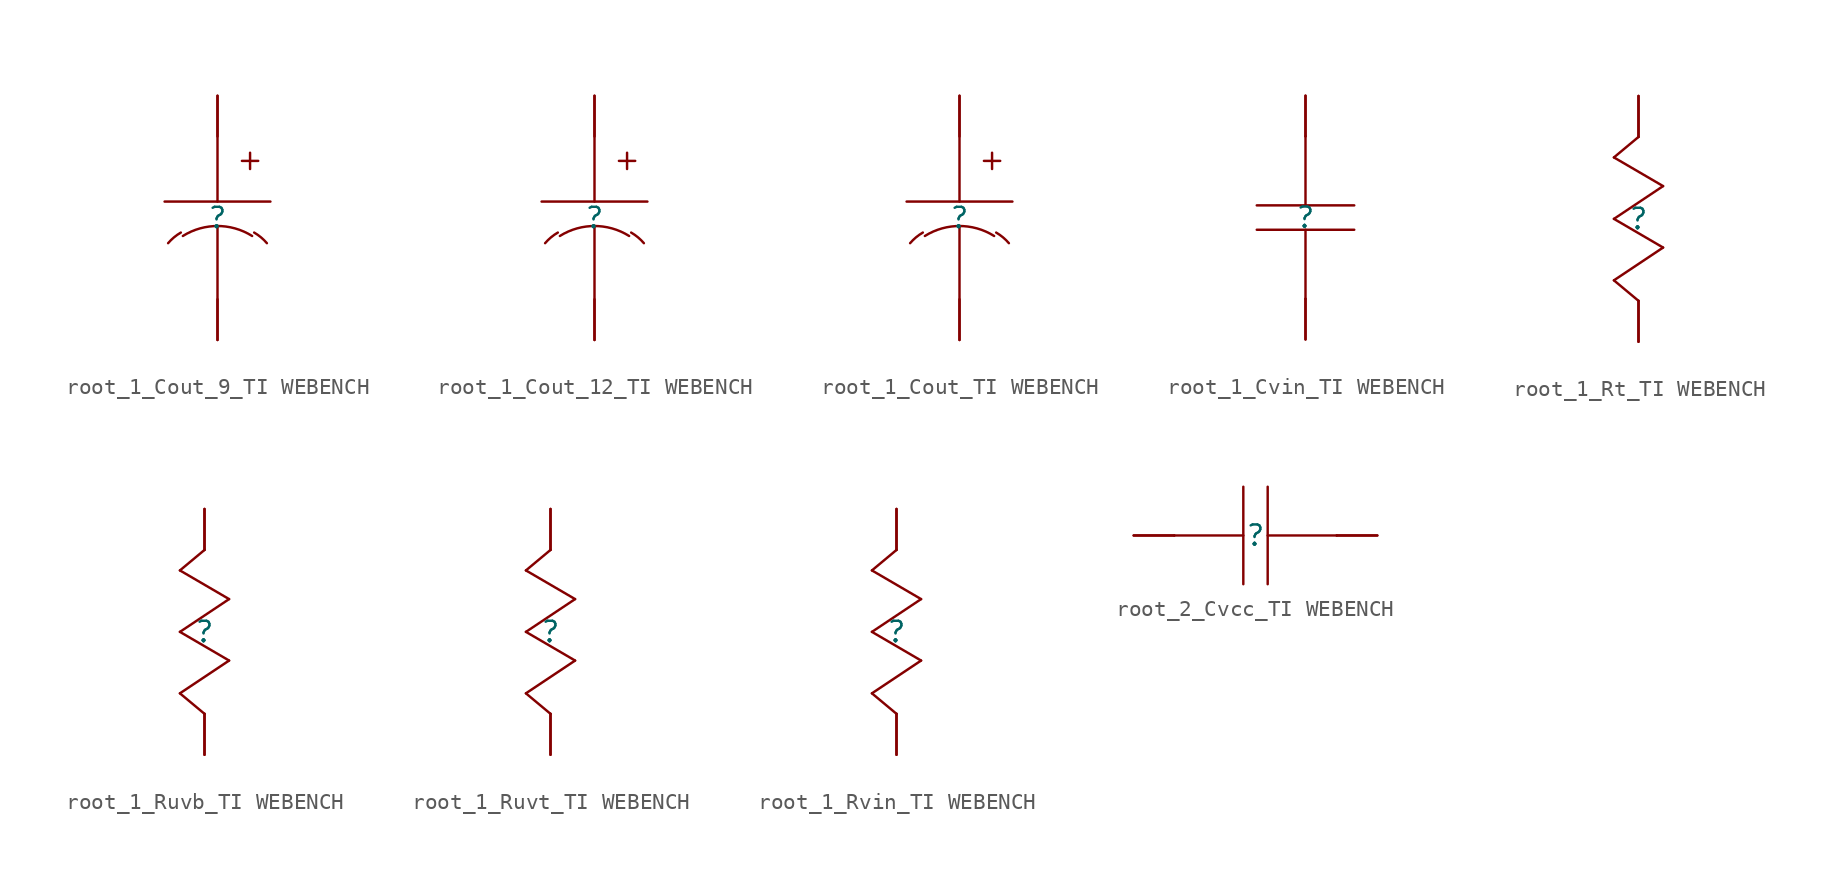
<source format=kicad_sym>
(kicad_symbol_lib
  (version 20241209)
  (generator "kicad_symbol_editor")
  (generator_version "9.0")
  (symbol "root_1_Cout_9_TI WEBENCH"
    (pin_numbers
      (hide yes))
    (pin_names
      (hide yes))
    (property "Reference" ""
      (at 0 0 0)
      (effects (font (size 1.27 1.27))))
    (property "Value" ""
      (at 0 0 0)
      (effects (font (size 1.27 1.27))))
    (symbol "root_1_Cout_9_TI WEBENCH_1_0"
      (arc (start -3.0825 -1.5797) (mid -2.7133 -1.2144) (end -2.2874 -0.9172) (stroke (width 0) (type solid)) (fill (type none)))
      (polyline (pts (xy 0 1.016) (xy 0 7.62)) (stroke (width 0) (type solid)) (fill (type none)))
      (arc (start -2.1608 -1.1301) (mid -1.0877 -0.6563) (end 0.076 -0.5087) (stroke (width 0) (type solid)) (fill (type none)))
      (arc (start -0.076 -0.5087) (mid 1.0877 -0.6563) (end 2.1608 -1.1301) (stroke (width 0) (type solid)) (fill (type none)))
      (polyline (pts (xy 0 -7.62) (xy 0 -0.508)) (stroke (width 0) (type solid)) (fill (type none)))
      (arc (start 2.2874 -0.9172) (mid 2.7133 -1.2145) (end 3.0825 -1.5797) (stroke (width 0) (type solid)) (fill (type none)))
      (polyline (pts (xy 2.032 3.048) (xy 2.032 4.064)) (stroke (width 0) (type solid)) (fill (type none)))
      (polyline (pts (xy 2.54 3.556) (xy 1.524 3.556)) (stroke (width 0) (type solid)) (fill (type none)))
      (polyline (pts (xy 3.302 1.016) (xy -3.302 1.016)) (stroke (width 0) (type solid)) (fill (type none)))
      (pin passive line (at 0 7.62 270) (length 2.54) (name "+" (effects (font (size 1.27 1.27)))) (number "1" (effects (font (size 1.27 1.27)))))
      (pin passive line (at 0 -7.62 90) (length 2.54) (name "-" (effects (font (size 1.27 1.27)))) (number "2" (effects (font (size 1.27 1.27)))))))
  (symbol "root_1_Cout_12_TI WEBENCH"
    (pin_numbers
      (hide yes))
    (pin_names
      (hide yes))
    (property "Reference" ""
      (at 0 0 0)
      (effects (font (size 1.27 1.27))))
    (property "Value" ""
      (at 0 0 0)
      (effects (font (size 1.27 1.27))))
    (symbol "root_1_Cout_12_TI WEBENCH_1_0"
      (arc (start -3.0825 -1.5797) (mid -2.7133 -1.2144) (end -2.2874 -0.9172) (stroke (width 0) (type solid)) (fill (type none)))
      (polyline (pts (xy 0 1.016) (xy 0 7.62)) (stroke (width 0) (type solid)) (fill (type none)))
      (arc (start -2.1608 -1.1301) (mid -1.0877 -0.6563) (end 0.076 -0.5087) (stroke (width 0) (type solid)) (fill (type none)))
      (arc (start -0.076 -0.5087) (mid 1.0877 -0.6563) (end 2.1608 -1.1301) (stroke (width 0) (type solid)) (fill (type none)))
      (polyline (pts (xy 0 -7.62) (xy 0 -0.508)) (stroke (width 0) (type solid)) (fill (type none)))
      (arc (start 2.2874 -0.9172) (mid 2.7133 -1.2145) (end 3.0825 -1.5797) (stroke (width 0) (type solid)) (fill (type none)))
      (polyline (pts (xy 2.032 3.048) (xy 2.032 4.064)) (stroke (width 0) (type solid)) (fill (type none)))
      (polyline (pts (xy 2.54 3.556) (xy 1.524 3.556)) (stroke (width 0) (type solid)) (fill (type none)))
      (polyline (pts (xy 3.302 1.016) (xy -3.302 1.016)) (stroke (width 0) (type solid)) (fill (type none)))
      (pin passive line (at 0 7.62 270) (length 2.54) (name "+" (effects (font (size 1.27 1.27)))) (number "1" (effects (font (size 1.27 1.27)))))
      (pin passive line (at 0 -7.62 90) (length 2.54) (name "-" (effects (font (size 1.27 1.27)))) (number "2" (effects (font (size 1.27 1.27)))))))
  (symbol "root_1_Cout_TI WEBENCH"
    (pin_numbers
      (hide yes))
    (pin_names
      (hide yes))
    (property "Reference" ""
      (at 0 0 0)
      (effects (font (size 1.27 1.27))))
    (property "Value" ""
      (at 0 0 0)
      (effects (font (size 1.27 1.27))))
    (symbol "root_1_Cout_TI WEBENCH_1_0"
      (arc (start -3.0825 -1.5797) (mid -2.7133 -1.2144) (end -2.2874 -0.9172) (stroke (width 0) (type solid)) (fill (type none)))
      (polyline (pts (xy 0 1.016) (xy 0 7.62)) (stroke (width 0) (type solid)) (fill (type none)))
      (arc (start -2.1608 -1.1301) (mid -1.0877 -0.6563) (end 0.076 -0.5087) (stroke (width 0) (type solid)) (fill (type none)))
      (arc (start -0.076 -0.5087) (mid 1.0877 -0.6563) (end 2.1608 -1.1301) (stroke (width 0) (type solid)) (fill (type none)))
      (polyline (pts (xy 0 -7.62) (xy 0 -0.508)) (stroke (width 0) (type solid)) (fill (type none)))
      (arc (start 2.2874 -0.9172) (mid 2.7133 -1.2145) (end 3.0825 -1.5797) (stroke (width 0) (type solid)) (fill (type none)))
      (polyline (pts (xy 2.032 3.048) (xy 2.032 4.064)) (stroke (width 0) (type solid)) (fill (type none)))
      (polyline (pts (xy 2.54 3.556) (xy 1.524 3.556)) (stroke (width 0) (type solid)) (fill (type none)))
      (polyline (pts (xy 3.302 1.016) (xy -3.302 1.016)) (stroke (width 0) (type solid)) (fill (type none)))
      (pin passive line (at 0 7.62 270) (length 2.54) (name "+" (effects (font (size 1.27 1.27)))) (number "1" (effects (font (size 1.27 1.27)))))
      (pin passive line (at 0 -7.62 90) (length 2.54) (name "-" (effects (font (size 1.27 1.27)))) (number "2" (effects (font (size 1.27 1.27)))))))
  (symbol "root_1_Cvin_TI WEBENCH"
    (pin_numbers
      (hide yes))
    (pin_names
      (hide yes))
    (property "Reference" ""
      (at 0 0 0)
      (effects (font (size 1.27 1.27))))
    (property "Value" ""
      (at 0 0 0)
      (effects (font (size 1.27 1.27))))
    (symbol "root_1_Cvin_TI WEBENCH_1_0"
      (polyline (pts (xy 0 7.62) (xy 0 5.08)) (stroke (width 0) (type solid)) (fill (type none)))
      (polyline (pts (xy 0 0.762) (xy 0 5.08)) (stroke (width 0) (type solid)) (fill (type none)))
      (polyline (pts (xy 0 -5.08) (xy 0 -0.762)) (stroke (width 0) (type solid)) (fill (type none)))
      (polyline (pts (xy 0 -7.62) (xy 0 -5.08)) (stroke (width 0) (type solid)) (fill (type none)))
      (polyline (pts (xy 3.048 0.762) (xy -3.048 0.762)) (stroke (width 0) (type solid)) (fill (type none)))
      (polyline (pts (xy 3.048 -0.762) (xy -3.048 -0.762)) (stroke (width 0) (type solid)) (fill (type none)))
      (pin passive line (at 0 7.62 270) (length 2.54) (name "1" (effects (font (size 1.27 1.27)))) (number "1" (effects (font (size 1.27 1.27)))))
      (pin passive line (at 0 -7.62 90) (length 2.54) (name "2" (effects (font (size 1.27 1.27)))) (number "2" (effects (font (size 1.27 1.27)))))))
  (symbol "root_1_Rt_TI WEBENCH"
    (pin_numbers
      (hide yes))
    (pin_names
      (hide yes))
    (property "Reference" ""
      (at 0 0 0)
      (effects (font (size 1.27 1.27))))
    (property "Value" ""
      (at 0 0 0)
      (effects (font (size 1.27 1.27))))
    (symbol "root_1_Rt_TI WEBENCH_1_0"
      (polyline (pts (xy -1.524 3.81) (xy 1.524 2.032)) (stroke (width 0) (type solid)) (fill (type none)))
      (polyline (pts (xy -1.524 0) (xy 1.524 -1.778)) (stroke (width 0) (type solid)) (fill (type none)))
      (polyline (pts (xy -1.524 -3.81) (xy 0 -5.08)) (stroke (width 0) (type solid)) (fill (type none)))
      (polyline (pts (xy 0 7.62) (xy 0 5.08)) (stroke (width 0) (type solid)) (fill (type none)))
      (polyline (pts (xy 0 5.08) (xy -1.524 3.81)) (stroke (width 0) (type solid)) (fill (type none)))
      (polyline (pts (xy 0 -5.08) (xy 0 -7.62)) (stroke (width 0) (type solid)) (fill (type none)))
      (polyline (pts (xy 1.524 2.032) (xy -1.524 0)) (stroke (width 0) (type solid)) (fill (type none)))
      (polyline (pts (xy 1.524 -1.778) (xy -1.524 -3.81)) (stroke (width 0) (type solid)) (fill (type none)))
      (pin passive line (at 0 7.62 270) (length 2.54) (name "1" (effects (font (size 1.27 1.27)))) (number "1" (effects (font (size 1.27 1.27)))))
      (pin passive line (at 0 -7.62 90) (length 2.54) (name "2" (effects (font (size 1.27 1.27)))) (number "2" (effects (font (size 1.27 1.27)))))))
  (symbol "root_1_Ruvb_TI WEBENCH"
    (pin_numbers
      (hide yes))
    (pin_names
      (hide yes))
    (property "Reference" ""
      (at 0 0 0)
      (effects (font (size 1.27 1.27))))
    (property "Value" ""
      (at 0 0 0)
      (effects (font (size 1.27 1.27))))
    (symbol "root_1_Ruvb_TI WEBENCH_1_0"
      (polyline (pts (xy -1.524 3.81) (xy 1.524 2.032)) (stroke (width 0) (type solid)) (fill (type none)))
      (polyline (pts (xy -1.524 0) (xy 1.524 -1.778)) (stroke (width 0) (type solid)) (fill (type none)))
      (polyline (pts (xy -1.524 -3.81) (xy 0 -5.08)) (stroke (width 0) (type solid)) (fill (type none)))
      (polyline (pts (xy 0 7.62) (xy 0 5.08)) (stroke (width 0) (type solid)) (fill (type none)))
      (polyline (pts (xy 0 5.08) (xy -1.524 3.81)) (stroke (width 0) (type solid)) (fill (type none)))
      (polyline (pts (xy 0 -5.08) (xy 0 -7.62)) (stroke (width 0) (type solid)) (fill (type none)))
      (polyline (pts (xy 1.524 2.032) (xy -1.524 0)) (stroke (width 0) (type solid)) (fill (type none)))
      (polyline (pts (xy 1.524 -1.778) (xy -1.524 -3.81)) (stroke (width 0) (type solid)) (fill (type none)))
      (pin passive line (at 0 7.62 270) (length 2.54) (name "1" (effects (font (size 1.27 1.27)))) (number "1" (effects (font (size 1.27 1.27)))))
      (pin passive line (at 0 -7.62 90) (length 2.54) (name "2" (effects (font (size 1.27 1.27)))) (number "2" (effects (font (size 1.27 1.27)))))))
  (symbol "root_1_Ruvt_TI WEBENCH"
    (pin_numbers
      (hide yes))
    (pin_names
      (hide yes))
    (property "Reference" ""
      (at 0 0 0)
      (effects (font (size 1.27 1.27))))
    (property "Value" ""
      (at 0 0 0)
      (effects (font (size 1.27 1.27))))
    (symbol "root_1_Ruvt_TI WEBENCH_1_0"
      (polyline (pts (xy -1.524 3.81) (xy 1.524 2.032)) (stroke (width 0) (type solid)) (fill (type none)))
      (polyline (pts (xy -1.524 0) (xy 1.524 -1.778)) (stroke (width 0) (type solid)) (fill (type none)))
      (polyline (pts (xy -1.524 -3.81) (xy 0 -5.08)) (stroke (width 0) (type solid)) (fill (type none)))
      (polyline (pts (xy 0 7.62) (xy 0 5.08)) (stroke (width 0) (type solid)) (fill (type none)))
      (polyline (pts (xy 0 5.08) (xy -1.524 3.81)) (stroke (width 0) (type solid)) (fill (type none)))
      (polyline (pts (xy 0 -5.08) (xy 0 -7.62)) (stroke (width 0) (type solid)) (fill (type none)))
      (polyline (pts (xy 1.524 2.032) (xy -1.524 0)) (stroke (width 0) (type solid)) (fill (type none)))
      (polyline (pts (xy 1.524 -1.778) (xy -1.524 -3.81)) (stroke (width 0) (type solid)) (fill (type none)))
      (pin passive line (at 0 7.62 270) (length 2.54) (name "1" (effects (font (size 1.27 1.27)))) (number "1" (effects (font (size 1.27 1.27)))))
      (pin passive line (at 0 -7.62 90) (length 2.54) (name "2" (effects (font (size 1.27 1.27)))) (number "2" (effects (font (size 1.27 1.27)))))))
  (symbol "root_1_Rvin_TI WEBENCH"
    (pin_numbers
      (hide yes))
    (pin_names
      (hide yes))
    (property "Reference" ""
      (at 0 0 0)
      (effects (font (size 1.27 1.27))))
    (property "Value" ""
      (at 0 0 0)
      (effects (font (size 1.27 1.27))))
    (symbol "root_1_Rvin_TI WEBENCH_1_0"
      (polyline (pts (xy -1.524 3.81) (xy 1.524 2.032)) (stroke (width 0) (type solid)) (fill (type none)))
      (polyline (pts (xy -1.524 0) (xy 1.524 -1.778)) (stroke (width 0) (type solid)) (fill (type none)))
      (polyline (pts (xy -1.524 -3.81) (xy 0 -5.08)) (stroke (width 0) (type solid)) (fill (type none)))
      (polyline (pts (xy 0 7.62) (xy 0 5.08)) (stroke (width 0) (type solid)) (fill (type none)))
      (polyline (pts (xy 0 5.08) (xy -1.524 3.81)) (stroke (width 0) (type solid)) (fill (type none)))
      (polyline (pts (xy 0 -5.08) (xy 0 -7.62)) (stroke (width 0) (type solid)) (fill (type none)))
      (polyline (pts (xy 1.524 2.032) (xy -1.524 0)) (stroke (width 0) (type solid)) (fill (type none)))
      (polyline (pts (xy 1.524 -1.778) (xy -1.524 -3.81)) (stroke (width 0) (type solid)) (fill (type none)))
      (pin passive line (at 0 7.62 270) (length 2.54) (name "1" (effects (font (size 1.27 1.27)))) (number "1" (effects (font (size 1.27 1.27)))))
      (pin passive line (at 0 -7.62 90) (length 2.54) (name "2" (effects (font (size 1.27 1.27)))) (number "2" (effects (font (size 1.27 1.27)))))))
  (symbol "root_2_Cvcc_TI WEBENCH"
    (pin_numbers
      (hide yes))
    (pin_names
      (hide yes))
    (property "Reference" ""
      (at 0 0 0)
      (effects (font (size 1.27 1.27))))
    (property "Value" ""
      (at 0 0 0)
      (effects (font (size 1.27 1.27))))
    (symbol "root_2_Cvcc_TI WEBENCH_1_0"
      (polyline (pts (xy -7.62 0) (xy -5.08 0)) (stroke (width 0) (type solid)) (fill (type none)))
      (polyline (pts (xy -0.762 3.048) (xy -0.762 -3.048)) (stroke (width 0) (type solid)) (fill (type none)))
      (polyline (pts (xy -0.762 0) (xy -5.08 0)) (stroke (width 0) (type solid)) (fill (type none)))
      (polyline (pts (xy 0.762 3.048) (xy 0.762 -3.048)) (stroke (width 0) (type solid)) (fill (type none)))
      (polyline (pts (xy 5.08 0) (xy 0.762 0)) (stroke (width 0) (type solid)) (fill (type none)))
      (polyline (pts (xy 7.62 0) (xy 5.08 0)) (stroke (width 0) (type solid)) (fill (type none)))
      (pin passive line (at -7.62 0 0) (length 2.54) (name "1" (effects (font (size 1.27 1.27)))) (number "1" (effects (font (size 1.27 1.27)))))
      (pin passive line (at 7.62 0 180) (length 2.54) (name "2" (effects (font (size 1.27 1.27)))) (number "2" (effects (font (size 1.27 1.27))))))))
</source>
